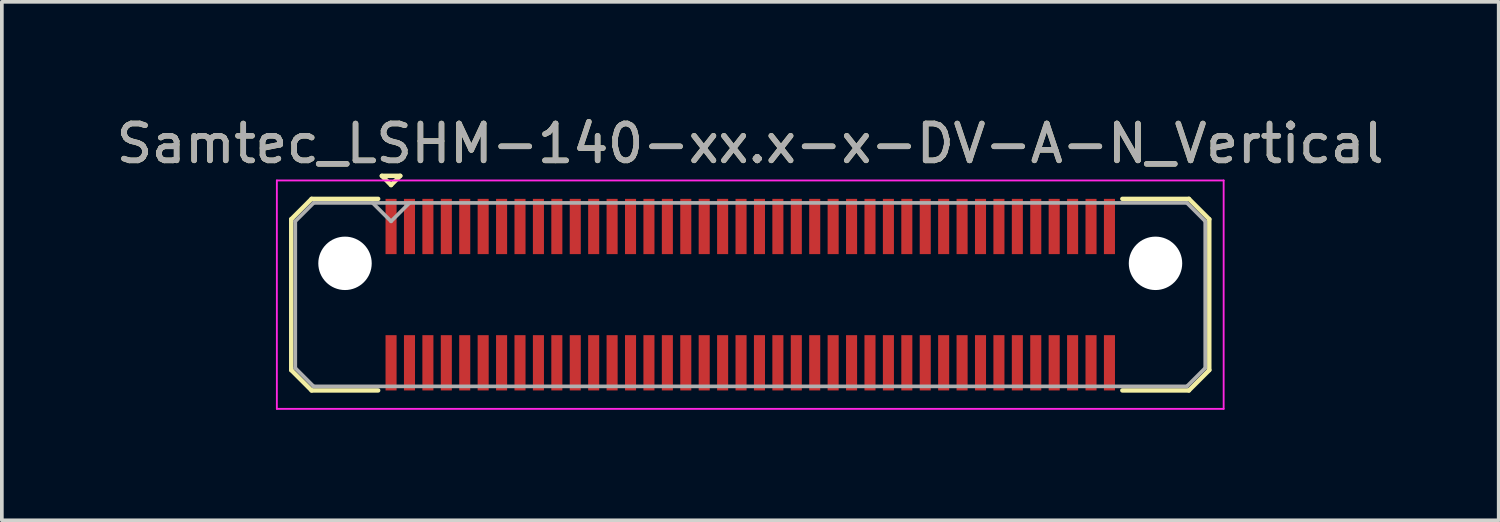
<source format=kicad_pcb>
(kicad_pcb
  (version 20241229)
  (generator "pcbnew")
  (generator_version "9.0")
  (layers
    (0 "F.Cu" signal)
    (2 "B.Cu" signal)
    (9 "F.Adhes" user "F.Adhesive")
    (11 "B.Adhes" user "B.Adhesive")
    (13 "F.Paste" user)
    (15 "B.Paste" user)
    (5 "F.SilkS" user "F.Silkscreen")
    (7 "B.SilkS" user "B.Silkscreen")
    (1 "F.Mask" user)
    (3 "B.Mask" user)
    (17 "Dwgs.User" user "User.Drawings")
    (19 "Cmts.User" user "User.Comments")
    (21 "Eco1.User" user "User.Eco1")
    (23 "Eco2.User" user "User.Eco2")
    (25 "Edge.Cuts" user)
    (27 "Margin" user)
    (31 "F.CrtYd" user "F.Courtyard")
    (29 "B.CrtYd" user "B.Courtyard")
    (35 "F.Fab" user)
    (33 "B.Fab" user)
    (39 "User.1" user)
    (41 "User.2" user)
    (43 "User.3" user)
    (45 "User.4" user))
  (footprint "Samtec_LSHM-140-xx.x-x-DV-A-N_Vertical"
    (layer "F.Cu")
    (at 17.315 4.948)
    (property "Reference" "Samtec_LSHM-140-xx.x-x-DV-A-N_Vertical" (at 0 -4.1 0) (layer "F.SilkS") (effects (font (size 1 1) (thickness 0.15))))
    (attr smd)
    (fp_line (start -12.46 -2.047) (end -12.46 2.047) (stroke (width 0.12) (type solid)) (layer "F.SilkS"))
    (fp_line (start -12.46 2.047) (end -11.907 2.6) (stroke (width 0.12) (type solid)) (layer "F.SilkS"))
    (fp_line (start -11.907 -2.6) (end -12.46 -2.047) (stroke (width 0.12) (type solid)) (layer "F.SilkS"))
    (fp_line (start -11.907 2.6) (end -10.1 2.6) (stroke (width 0.12) (type solid)) (layer "F.SilkS"))
    (fp_line (start -10.1 -2.6) (end -11.907 -2.6) (stroke (width 0.12) (type solid)) (layer "F.SilkS"))
    (fp_line (start -10 -3.225) (end -9.5 -3.225) (stroke (width 0.12) (type solid)) (layer "F.SilkS"))
    (fp_line (start -9.75 -2.975) (end -10 -3.225) (stroke (width 0.12) (type solid)) (layer "F.SilkS"))
    (fp_line (start -9.5 -3.225) (end -9.75 -2.975) (stroke (width 0.12) (type solid)) (layer "F.SilkS"))
    (fp_line (start 10.1 -2.6) (end 11.907 -2.6) (stroke (width 0.12) (type solid)) (layer "F.SilkS"))
    (fp_line (start 11.907 -2.6) (end 12.46 -2.047) (stroke (width 0.12) (type solid)) (layer "F.SilkS"))
    (fp_line (start 11.907 2.6) (end 10.1 2.6) (stroke (width 0.12) (type solid)) (layer "F.SilkS"))
    (fp_line (start 12.46 -2.047) (end 12.46 2.047) (stroke (width 0.12) (type solid)) (layer "F.SilkS"))
    (fp_line (start 12.46 2.047) (end 11.907 2.6) (stroke (width 0.12) (type solid)) (layer "F.SilkS"))
    (fp_line (start -12.85 -3.1) (end -12.85 3.1) (stroke (width 0.05) (type solid)) (layer "F.CrtYd"))
    (fp_line (start -12.85 3.1) (end 12.85 3.1) (stroke (width 0.05) (type solid)) (layer "F.CrtYd"))
    (fp_line (start 12.85 -3.1) (end -12.85 -3.1) (stroke (width 0.05) (type solid)) (layer "F.CrtYd"))
    (fp_line (start 12.85 3.1) (end 12.85 -3.1) (stroke (width 0.05) (type solid)) (layer "F.CrtYd"))
    (fp_line (start -12.35 -1.992) (end -12.35 1.992) (stroke (width 0.1) (type solid)) (layer "F.Fab"))
    (fp_line (start -12.35 1.992) (end -11.852 2.49) (stroke (width 0.1) (type solid)) (layer "F.Fab"))
    (fp_line (start -11.852 -2.49) (end -12.35 -1.992) (stroke (width 0.1) (type solid)) (layer "F.Fab"))
    (fp_line (start -11.852 2.49) (end 11.852 2.49) (stroke (width 0.1) (type solid)) (layer "F.Fab"))
    (fp_line (start -9.75 -1.99) (end -10.25 -2.49) (stroke (width 0.1) (type solid)) (layer "F.Fab"))
    (fp_line (start -9.25 -2.49) (end -9.75 -1.99) (stroke (width 0.1) (type solid)) (layer "F.Fab"))
    (fp_line (start 11.852 -2.49) (end -11.852 -2.49) (stroke (width 0.1) (type solid)) (layer "F.Fab"))
    (fp_line (start 11.852 2.49) (end 12.35 1.992) (stroke (width 0.1) (type solid)) (layer "F.Fab"))
    (fp_line (start 12.35 -1.992) (end 11.852 -2.49) (stroke (width 0.1) (type solid)) (layer "F.Fab"))
    (fp_line (start 12.35 1.992) (end 12.35 -1.992) (stroke (width 0.1) (type solid)) (layer "F.Fab"))
    (fp_text user "${REFERENCE}" (at 0 -4.1 0) (layer "F.Fab") (effects (font (size 1 1) (thickness 0.15))))
    (pad "" np_thru_hole circle (at -11 -0.85) (size 1.45 1.45) (drill 1.45) (layers "*.Cu" "*.Mask"))
    (pad "" np_thru_hole circle (at 11 -0.85) (size 1.45 1.45) (drill 1.45) (layers "*.Cu" "*.Mask"))
    (pad "1" smd rect (at -9.75 -1.85) (size 0.3 1.5) (layers "F.Cu" "F.Mask" "F.Paste"))
    (pad "2" smd rect (at -9.75 1.85) (size 0.3 1.5) (layers "F.Cu" "F.Mask" "F.Paste"))
    (pad "3" smd rect (at -9.25 -1.85) (size 0.3 1.5) (layers "F.Cu" "F.Mask" "F.Paste"))
    (pad "4" smd rect (at -9.25 1.85) (size 0.3 1.5) (layers "F.Cu" "F.Mask" "F.Paste"))
    (pad "5" smd rect (at -8.75 -1.85) (size 0.3 1.5) (layers "F.Cu" "F.Mask" "F.Paste"))
    (pad "6" smd rect (at -8.75 1.85) (size 0.3 1.5) (layers "F.Cu" "F.Mask" "F.Paste"))
    (pad "7" smd rect (at -8.25 -1.85) (size 0.3 1.5) (layers "F.Cu" "F.Mask" "F.Paste"))
    (pad "8" smd rect (at -8.25 1.85) (size 0.3 1.5) (layers "F.Cu" "F.Mask" "F.Paste"))
    (pad "9" smd rect (at -7.75 -1.85) (size 0.3 1.5) (layers "F.Cu" "F.Mask" "F.Paste"))
    (pad "10" smd rect (at -7.75 1.85) (size 0.3 1.5) (layers "F.Cu" "F.Mask" "F.Paste"))
    (pad "11" smd rect (at -7.25 -1.85) (size 0.3 1.5) (layers "F.Cu" "F.Mask" "F.Paste"))
    (pad "12" smd rect (at -7.25 1.85) (size 0.3 1.5) (layers "F.Cu" "F.Mask" "F.Paste"))
    (pad "13" smd rect (at -6.75 -1.85) (size 0.3 1.5) (layers "F.Cu" "F.Mask" "F.Paste"))
    (pad "14" smd rect (at -6.75 1.85) (size 0.3 1.5) (layers "F.Cu" "F.Mask" "F.Paste"))
    (pad "15" smd rect (at -6.25 -1.85) (size 0.3 1.5) (layers "F.Cu" "F.Mask" "F.Paste"))
    (pad "16" smd rect (at -6.25 1.85) (size 0.3 1.5) (layers "F.Cu" "F.Mask" "F.Paste"))
    (pad "17" smd rect (at -5.75 -1.85) (size 0.3 1.5) (layers "F.Cu" "F.Mask" "F.Paste"))
    (pad "18" smd rect (at -5.75 1.85) (size 0.3 1.5) (layers "F.Cu" "F.Mask" "F.Paste"))
    (pad "19" smd rect (at -5.25 -1.85) (size 0.3 1.5) (layers "F.Cu" "F.Mask" "F.Paste"))
    (pad "20" smd rect (at -5.25 1.85) (size 0.3 1.5) (layers "F.Cu" "F.Mask" "F.Paste"))
    (pad "21" smd rect (at -4.75 -1.85) (size 0.3 1.5) (layers "F.Cu" "F.Mask" "F.Paste"))
    (pad "22" smd rect (at -4.75 1.85) (size 0.3 1.5) (layers "F.Cu" "F.Mask" "F.Paste"))
    (pad "23" smd rect (at -4.25 -1.85) (size 0.3 1.5) (layers "F.Cu" "F.Mask" "F.Paste"))
    (pad "24" smd rect (at -4.25 1.85) (size 0.3 1.5) (layers "F.Cu" "F.Mask" "F.Paste"))
    (pad "25" smd rect (at -3.75 -1.85) (size 0.3 1.5) (layers "F.Cu" "F.Mask" "F.Paste"))
    (pad "26" smd rect (at -3.75 1.85) (size 0.3 1.5) (layers "F.Cu" "F.Mask" "F.Paste"))
    (pad "27" smd rect (at -3.25 -1.85) (size 0.3 1.5) (layers "F.Cu" "F.Mask" "F.Paste"))
    (pad "28" smd rect (at -3.25 1.85) (size 0.3 1.5) (layers "F.Cu" "F.Mask" "F.Paste"))
    (pad "29" smd rect (at -2.75 -1.85) (size 0.3 1.5) (layers "F.Cu" "F.Mask" "F.Paste"))
    (pad "30" smd rect (at -2.75 1.85) (size 0.3 1.5) (layers "F.Cu" "F.Mask" "F.Paste"))
    (pad "31" smd rect (at -2.25 -1.85) (size 0.3 1.5) (layers "F.Cu" "F.Mask" "F.Paste"))
    (pad "32" smd rect (at -2.25 1.85) (size 0.3 1.5) (layers "F.Cu" "F.Mask" "F.Paste"))
    (pad "33" smd rect (at -1.75 -1.85) (size 0.3 1.5) (layers "F.Cu" "F.Mask" "F.Paste"))
    (pad "34" smd rect (at -1.75 1.85) (size 0.3 1.5) (layers "F.Cu" "F.Mask" "F.Paste"))
    (pad "35" smd rect (at -1.25 -1.85) (size 0.3 1.5) (layers "F.Cu" "F.Mask" "F.Paste"))
    (pad "36" smd rect (at -1.25 1.85) (size 0.3 1.5) (layers "F.Cu" "F.Mask" "F.Paste"))
    (pad "37" smd rect (at -0.75 -1.85) (size 0.3 1.5) (layers "F.Cu" "F.Mask" "F.Paste"))
    (pad "38" smd rect (at -0.75 1.85) (size 0.3 1.5) (layers "F.Cu" "F.Mask" "F.Paste"))
    (pad "39" smd rect (at -0.25 -1.85) (size 0.3 1.5) (layers "F.Cu" "F.Mask" "F.Paste"))
    (pad "40" smd rect (at -0.25 1.85) (size 0.3 1.5) (layers "F.Cu" "F.Mask" "F.Paste"))
    (pad "41" smd rect (at 0.25 -1.85) (size 0.3 1.5) (layers "F.Cu" "F.Mask" "F.Paste"))
    (pad "42" smd rect (at 0.25 1.85) (size 0.3 1.5) (layers "F.Cu" "F.Mask" "F.Paste"))
    (pad "43" smd rect (at 0.75 -1.85) (size 0.3 1.5) (layers "F.Cu" "F.Mask" "F.Paste"))
    (pad "44" smd rect (at 0.75 1.85) (size 0.3 1.5) (layers "F.Cu" "F.Mask" "F.Paste"))
    (pad "45" smd rect (at 1.25 -1.85) (size 0.3 1.5) (layers "F.Cu" "F.Mask" "F.Paste"))
    (pad "46" smd rect (at 1.25 1.85) (size 0.3 1.5) (layers "F.Cu" "F.Mask" "F.Paste"))
    (pad "47" smd rect (at 1.75 -1.85) (size 0.3 1.5) (layers "F.Cu" "F.Mask" "F.Paste"))
    (pad "48" smd rect (at 1.75 1.85) (size 0.3 1.5) (layers "F.Cu" "F.Mask" "F.Paste"))
    (pad "49" smd rect (at 2.25 -1.85) (size 0.3 1.5) (layers "F.Cu" "F.Mask" "F.Paste"))
    (pad "50" smd rect (at 2.25 1.85) (size 0.3 1.5) (layers "F.Cu" "F.Mask" "F.Paste"))
    (pad "51" smd rect (at 2.75 -1.85) (size 0.3 1.5) (layers "F.Cu" "F.Mask" "F.Paste"))
    (pad "52" smd rect (at 2.75 1.85) (size 0.3 1.5) (layers "F.Cu" "F.Mask" "F.Paste"))
    (pad "53" smd rect (at 3.25 -1.85) (size 0.3 1.5) (layers "F.Cu" "F.Mask" "F.Paste"))
    (pad "54" smd rect (at 3.25 1.85) (size 0.3 1.5) (layers "F.Cu" "F.Mask" "F.Paste"))
    (pad "55" smd rect (at 3.75 -1.85) (size 0.3 1.5) (layers "F.Cu" "F.Mask" "F.Paste"))
    (pad "56" smd rect (at 3.75 1.85) (size 0.3 1.5) (layers "F.Cu" "F.Mask" "F.Paste"))
    (pad "57" smd rect (at 4.25 -1.85) (size 0.3 1.5) (layers "F.Cu" "F.Mask" "F.Paste"))
    (pad "58" smd rect (at 4.25 1.85) (size 0.3 1.5) (layers "F.Cu" "F.Mask" "F.Paste"))
    (pad "59" smd rect (at 4.75 -1.85) (size 0.3 1.5) (layers "F.Cu" "F.Mask" "F.Paste"))
    (pad "60" smd rect (at 4.75 1.85) (size 0.3 1.5) (layers "F.Cu" "F.Mask" "F.Paste"))
    (pad "61" smd rect (at 5.25 -1.85) (size 0.3 1.5) (layers "F.Cu" "F.Mask" "F.Paste"))
    (pad "62" smd rect (at 5.25 1.85) (size 0.3 1.5) (layers "F.Cu" "F.Mask" "F.Paste"))
    (pad "63" smd rect (at 5.75 -1.85) (size 0.3 1.5) (layers "F.Cu" "F.Mask" "F.Paste"))
    (pad "64" smd rect (at 5.75 1.85) (size 0.3 1.5) (layers "F.Cu" "F.Mask" "F.Paste"))
    (pad "65" smd rect (at 6.25 -1.85) (size 0.3 1.5) (layers "F.Cu" "F.Mask" "F.Paste"))
    (pad "66" smd rect (at 6.25 1.85) (size 0.3 1.5) (layers "F.Cu" "F.Mask" "F.Paste"))
    (pad "67" smd rect (at 6.75 -1.85) (size 0.3 1.5) (layers "F.Cu" "F.Mask" "F.Paste"))
    (pad "68" smd rect (at 6.75 1.85) (size 0.3 1.5) (layers "F.Cu" "F.Mask" "F.Paste"))
    (pad "69" smd rect (at 7.25 -1.85) (size 0.3 1.5) (layers "F.Cu" "F.Mask" "F.Paste"))
    (pad "70" smd rect (at 7.25 1.85) (size 0.3 1.5) (layers "F.Cu" "F.Mask" "F.Paste"))
    (pad "71" smd rect (at 7.75 -1.85) (size 0.3 1.5) (layers "F.Cu" "F.Mask" "F.Paste"))
    (pad "72" smd rect (at 7.75 1.85) (size 0.3 1.5) (layers "F.Cu" "F.Mask" "F.Paste"))
    (pad "73" smd rect (at 8.25 -1.85) (size 0.3 1.5) (layers "F.Cu" "F.Mask" "F.Paste"))
    (pad "74" smd rect (at 8.25 1.85) (size 0.3 1.5) (layers "F.Cu" "F.Mask" "F.Paste"))
    (pad "75" smd rect (at 8.75 -1.85) (size 0.3 1.5) (layers "F.Cu" "F.Mask" "F.Paste"))
    (pad "76" smd rect (at 8.75 1.85) (size 0.3 1.5) (layers "F.Cu" "F.Mask" "F.Paste"))
    (pad "77" smd rect (at 9.25 -1.85) (size 0.3 1.5) (layers "F.Cu" "F.Mask" "F.Paste"))
    (pad "78" smd rect (at 9.25 1.85) (size 0.3 1.5) (layers "F.Cu" "F.Mask" "F.Paste"))
    (pad "79" smd rect (at 9.75 -1.85) (size 0.3 1.5) (layers "F.Cu" "F.Mask" "F.Paste"))
    (pad "80" smd rect (at 9.75 1.85) (size 0.3 1.5) (layers "F.Cu" "F.Mask" "F.Paste")))
  (gr_rect
    (start -3 -3)
    (end 37.631 11.073)
    (stroke (width 0.1) (type default))
    (fill no)
    (layer "Edge.Cuts")))
</source>
